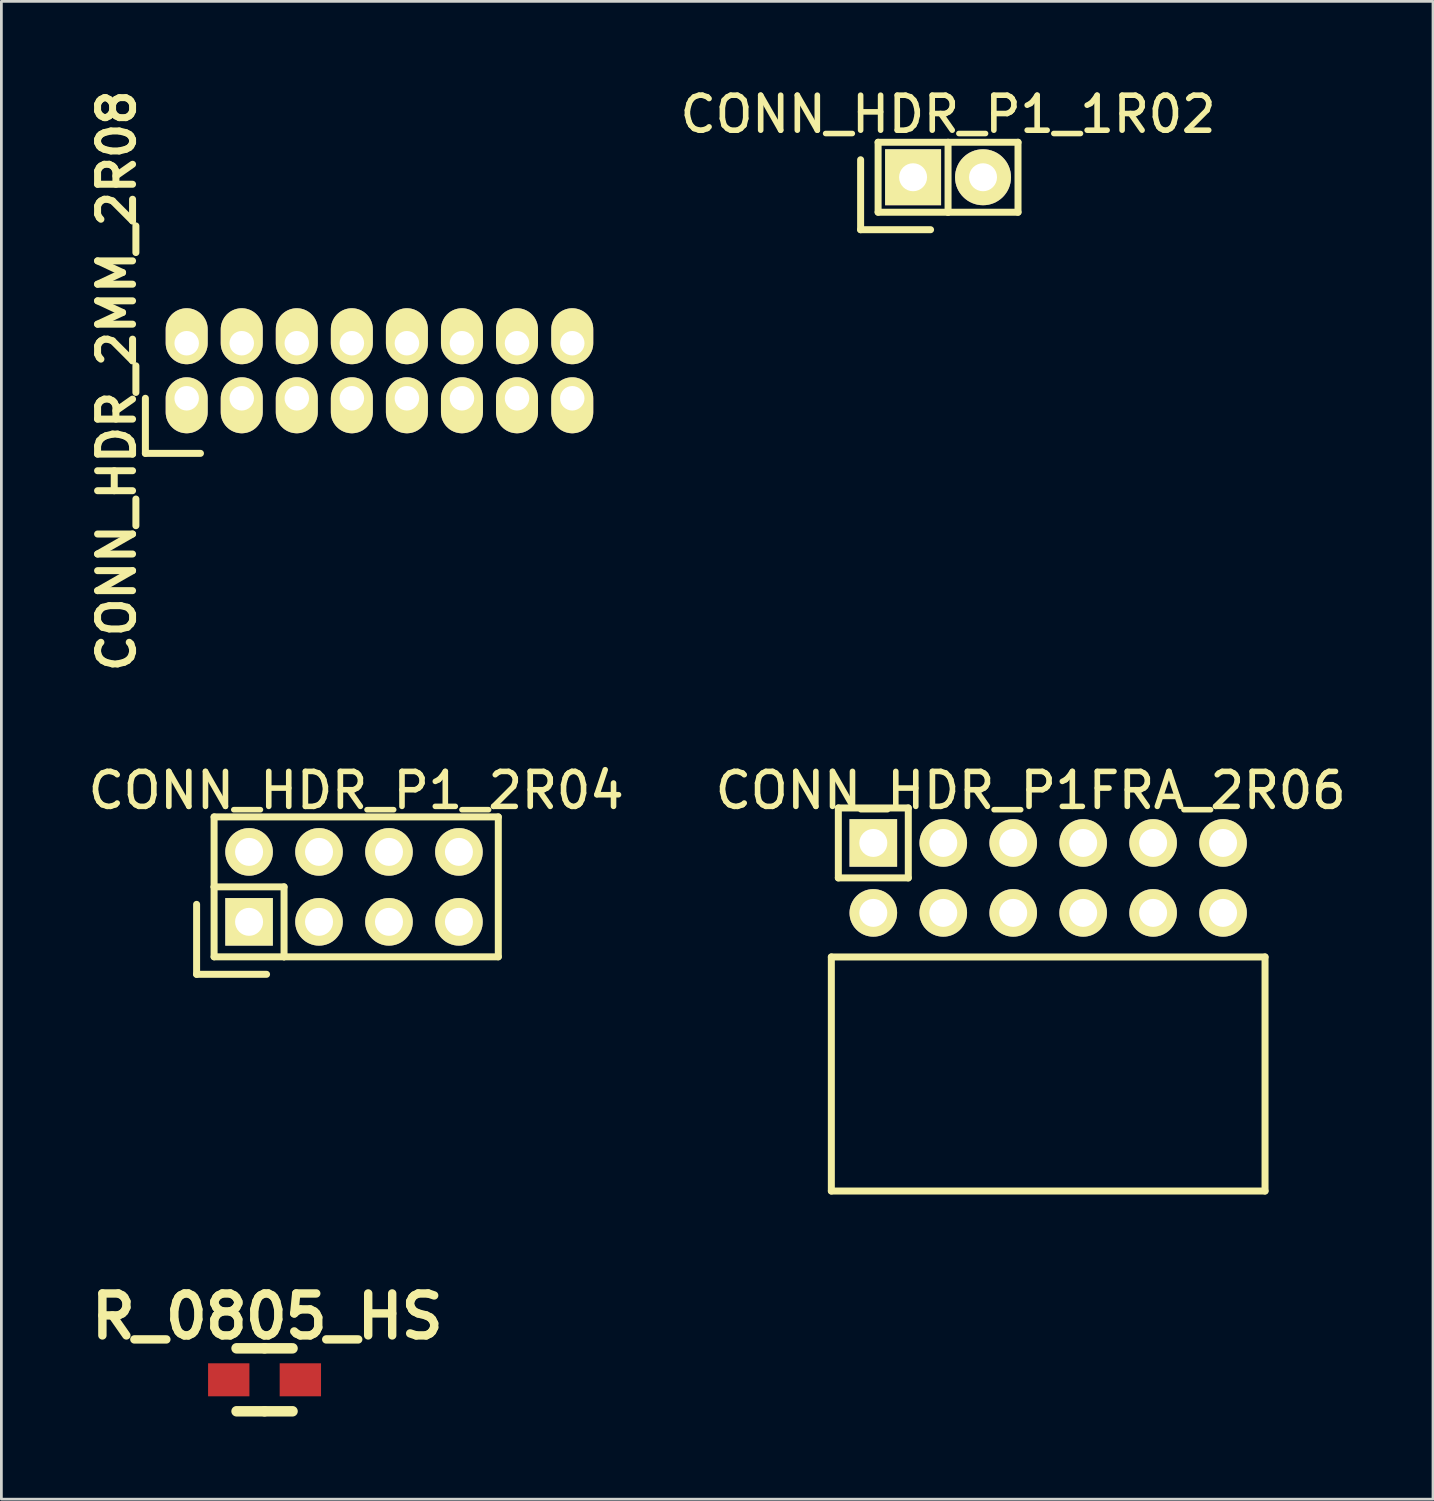
<source format=kicad_pcb>
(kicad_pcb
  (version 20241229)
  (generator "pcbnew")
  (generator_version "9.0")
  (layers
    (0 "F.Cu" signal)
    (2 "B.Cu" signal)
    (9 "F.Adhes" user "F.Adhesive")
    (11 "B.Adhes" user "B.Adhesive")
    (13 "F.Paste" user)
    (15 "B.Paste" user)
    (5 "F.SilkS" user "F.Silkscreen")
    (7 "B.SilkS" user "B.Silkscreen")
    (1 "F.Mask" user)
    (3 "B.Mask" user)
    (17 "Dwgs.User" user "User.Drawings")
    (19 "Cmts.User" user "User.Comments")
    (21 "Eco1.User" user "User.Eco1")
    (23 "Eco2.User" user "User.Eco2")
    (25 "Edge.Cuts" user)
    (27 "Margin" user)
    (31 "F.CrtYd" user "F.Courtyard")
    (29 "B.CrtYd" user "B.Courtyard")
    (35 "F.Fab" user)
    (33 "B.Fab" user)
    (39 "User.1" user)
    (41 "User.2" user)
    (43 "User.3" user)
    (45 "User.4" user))
  (footprint "R_0805_HS"
    (layer "F.Cu")
    (at 6.556 47.052)
    (property "Reference" "R_0805_HS" (at 0.099 -2.301 0) (layer "F.SilkS") (effects (font (size 1.524 1.524) (thickness 0.305))))
    (attr smd)
    (fp_line (start 0 -1.143) (end -1.016 -1.143) (stroke (width 0.381) (type solid)) (layer "F.SilkS"))
    (fp_line (start 0 -1.143) (end 1.016 -1.143) (stroke (width 0.381) (type solid)) (layer "F.SilkS"))
    (fp_line (start 0 1.143) (end -1.016 1.143) (stroke (width 0.381) (type solid)) (layer "F.SilkS"))
    (fp_line (start 0 1.143) (end 1.016 1.143) (stroke (width 0.381) (type solid)) (layer "F.SilkS"))
    (pad "1" smd rect (at -1.3 0) (size 1.501 1.199) (layers "F.Cu" "F.Mask" "F.Paste"))
    (pad "2" smd rect (at 1.3 0) (size 1.501 1.199) (layers "F.Cu" "F.Mask" "F.Paste")))
  (footprint "CONN_HDR_P1_1R02"
    (layer "F.Cu")
    (at 31.375 3.386)
    (property "Reference" "CONN_HDR_P1_1R02" (at 0 -2.286 0) (layer "F.SilkS") (effects (font (size 1.27 1.27) (thickness 0.203))))
    (attr through_hole)
    (fp_line (start -3.175 -0.635) (end -3.175 1.905) (stroke (width 0.254) (type solid)) (layer "F.SilkS"))
    (fp_line (start -3.175 1.905) (end -0.635 1.905) (stroke (width 0.254) (type solid)) (layer "F.SilkS"))
    (fp_line (start -2.54 -1.27) (end -2.54 1.27) (stroke (width 0.254) (type solid)) (layer "F.SilkS"))
    (fp_line (start -2.54 1.27) (end 0 1.27) (stroke (width 0.254) (type solid)) (layer "F.SilkS"))
    (fp_line (start 0 -1.27) (end 0 1.27) (stroke (width 0.254) (type solid)) (layer "F.SilkS"))
    (fp_line (start 0 1.27) (end 2.54 1.27) (stroke (width 0.254) (type solid)) (layer "F.SilkS"))
    (fp_line (start 2.54 -1.27) (end -2.54 -1.27) (stroke (width 0.254) (type solid)) (layer "F.SilkS"))
    (fp_line (start 2.54 1.27) (end 2.54 -1.27) (stroke (width 0.254) (type solid)) (layer "F.SilkS"))
    (pad "1" thru_hole rect (at -1.27 0) (size 2.032 2.032) (drill 1.016) (layers "*.Cu" "*.Mask" "F.SilkS"))
    (pad "2" thru_hole oval (at 1.27 0) (size 2.032 2.032) (drill 1.016) (layers "*.Cu" "*.Mask" "F.SilkS")))
  (footprint "CONN_HDR_2MM_2R08"
    (layer "F.Cu")
    (at 3.729 11.412)
    (property "Reference" "CONN_HDR_2MM_2R08" (at -2.54 -0.635 90) (layer "F.SilkS") (effects (font (size 1.27 1.27) (thickness 0.254))))
    (attr through_hole)
    (fp_line (start -1.5 0) (end -1.5 2) (stroke (width 0.254) (type solid)) (layer "F.SilkS"))
    (fp_line (start -1.5 2) (end 0.5 2) (stroke (width 0.254) (type solid)) (layer "F.SilkS"))
    (pad "1" thru_hole oval (at 0 0) (size 1.524 2.032) (drill 0.889 (offset 0 0.254)) (layers "*.Cu" "*.Mask" "F.SilkS"))
    (pad "2" thru_hole oval (at 0 -1.999 180) (size 1.524 2.032) (drill 0.889 (offset 0 0.254)) (layers "*.Cu" "*.Mask" "F.SilkS"))
    (pad "3" thru_hole oval (at 1.999 0) (size 1.524 2.032) (drill 0.889 (offset 0 0.254)) (layers "*.Cu" "*.Mask" "F.SilkS"))
    (pad "4" thru_hole oval (at 1.999 -1.999 180) (size 1.524 2.032) (drill 0.889 (offset 0 0.254)) (layers "*.Cu" "*.Mask" "F.SilkS"))
    (pad "5" thru_hole oval (at 3.998 0) (size 1.524 2.032) (drill 0.889 (offset 0 0.254)) (layers "*.Cu" "*.Mask" "F.SilkS"))
    (pad "6" thru_hole oval (at 3.998 -1.999 180) (size 1.524 2.032) (drill 0.889 (offset 0 0.254)) (layers "*.Cu" "*.Mask" "F.SilkS"))
    (pad "7" thru_hole oval (at 5.997 0) (size 1.524 2.032) (drill 0.889 (offset 0 0.254)) (layers "*.Cu" "*.Mask" "F.SilkS"))
    (pad "8" thru_hole oval (at 5.997 -1.999 180) (size 1.524 2.032) (drill 0.889 (offset 0 0.254)) (layers "*.Cu" "*.Mask" "F.SilkS"))
    (pad "9" thru_hole oval (at 7.996 0) (size 1.524 2.032) (drill 0.889 (offset 0 0.254)) (layers "*.Cu" "*.Mask" "F.SilkS"))
    (pad "10" thru_hole oval (at 7.996 -1.999 180) (size 1.524 2.032) (drill 0.889 (offset 0 0.254)) (layers "*.Cu" "*.Mask" "F.SilkS"))
    (pad "11" thru_hole oval (at 9.995 0) (size 1.524 2.032) (drill 0.889 (offset 0 0.254)) (layers "*.Cu" "*.Mask" "F.SilkS"))
    (pad "12" thru_hole oval (at 9.995 -1.999 180) (size 1.524 2.032) (drill 0.889 (offset 0 0.254)) (layers "*.Cu" "*.Mask" "F.SilkS"))
    (pad "13" thru_hole oval (at 11.994 0) (size 1.524 2.032) (drill 0.889 (offset 0 0.254)) (layers "*.Cu" "*.Mask" "F.SilkS"))
    (pad "14" thru_hole oval (at 11.994 -1.999 180) (size 1.524 2.032) (drill 0.889 (offset 0 0.254)) (layers "*.Cu" "*.Mask" "F.SilkS"))
    (pad "15" thru_hole oval (at 14 0) (size 1.524 2.032) (drill 0.889 (offset 0 0.254)) (layers "*.Cu" "*.Mask" "F.SilkS"))
    (pad "16" thru_hole oval (at 14 -1.999 180) (size 1.524 2.032) (drill 0.889 (offset 0 0.254)) (layers "*.Cu" "*.Mask" "F.SilkS")))
  (footprint "CONN_HDR_P1_2R04"
    (layer "F.Cu")
    (at 9.884 29.153)
    (property "Reference" "CONN_HDR_P1_2R04" (at 0 -3.5 0) (layer "F.SilkS") (effects (font (size 1.27 1.27) (thickness 0.203))))
    (attr through_hole)
    (fp_line (start -5.795 0.635) (end -5.795 3.175) (stroke (width 0.254) (type solid)) (layer "F.SilkS"))
    (fp_line (start -5.795 3.175) (end -3.255 3.175) (stroke (width 0.254) (type solid)) (layer "F.SilkS"))
    (fp_line (start -5.16 -2.54) (end -5.16 0) (stroke (width 0.254) (type solid)) (layer "F.SilkS"))
    (fp_line (start -5.16 0) (end -2.62 0) (stroke (width 0.254) (type solid)) (layer "F.SilkS"))
    (fp_line (start -5.16 2.54) (end -5.16 0) (stroke (width 0.254) (type solid)) (layer "F.SilkS"))
    (fp_line (start -5.16 2.54) (end -2.62 2.54) (stroke (width 0.254) (type solid)) (layer "F.SilkS"))
    (fp_line (start -2.62 0) (end -2.62 2.54) (stroke (width 0.254) (type solid)) (layer "F.SilkS"))
    (fp_line (start -2.62 2.54) (end 5.16 2.54) (stroke (width 0.254) (type solid)) (layer "F.SilkS"))
    (fp_line (start 5.16 -2.54) (end -5.16 -2.54) (stroke (width 0.254) (type solid)) (layer "F.SilkS"))
    (fp_line (start 5.16 -2.54) (end 5.16 2.54) (stroke (width 0.254) (type solid)) (layer "F.SilkS"))
    (pad "1" thru_hole rect (at -3.89 1.27) (size 1.727 1.727) (drill 1.016) (layers "*.Cu" "*.Mask" "F.SilkS"))
    (pad "2" thru_hole oval (at -3.89 -1.27) (size 1.727 1.727) (drill 1.016) (layers "*.Cu" "*.Mask" "F.SilkS"))
    (pad "3" thru_hole oval (at -1.35 1.27) (size 1.727 1.727) (drill 1.016) (layers "*.Cu" "*.Mask" "F.SilkS"))
    (pad "4" thru_hole oval (at -1.35 -1.27) (size 1.727 1.727) (drill 1.016) (layers "*.Cu" "*.Mask" "F.SilkS"))
    (pad "5" thru_hole oval (at 1.19 1.27) (size 1.727 1.727) (drill 1.016) (layers "*.Cu" "*.Mask" "F.SilkS"))
    (pad "6" thru_hole oval (at 1.19 -1.27) (size 1.727 1.727) (drill 1.016) (layers "*.Cu" "*.Mask" "F.SilkS"))
    (pad "7" thru_hole oval (at 3.73 1.27) (size 1.727 1.727) (drill 1.016) (layers "*.Cu" "*.Mask" "F.SilkS"))
    (pad "8" thru_hole oval (at 3.73 -1.27) (size 1.727 1.727) (drill 1.016) (layers "*.Cu" "*.Mask" "F.SilkS")))
  (footprint "CONN_HDR_P1FRA_2R06"
    (layer "F.Cu")
    (at 35.011 28.828)
    (property "Reference" "CONN_HDR_P1FRA_2R06" (at -0.635 -3.175 0) (layer "F.SilkS") (effects (font (size 1.27 1.27) (thickness 0.203))))
    (attr through_hole)
    (fp_line (start -7.874 2.87) (end -7.874 11.369) (stroke (width 0.254) (type solid)) (layer "F.SilkS"))
    (fp_line (start -7.874 11.369) (end 7.874 11.369) (stroke (width 0.254) (type solid)) (layer "F.SilkS"))
    (fp_line (start -7.62 -2.54) (end -7.62 0) (stroke (width 0.254) (type solid)) (layer "F.SilkS"))
    (fp_line (start -7.62 -2.54) (end -5.08 -2.54) (stroke (width 0.254) (type solid)) (layer "F.SilkS"))
    (fp_line (start -7.62 0) (end -5.08 0) (stroke (width 0.254) (type solid)) (layer "F.SilkS"))
    (fp_line (start -5.08 0) (end -5.08 -2.54) (stroke (width 0.254) (type solid)) (layer "F.SilkS"))
    (fp_line (start 7.874 2.87) (end -7.874 2.87) (stroke (width 0.254) (type solid)) (layer "F.SilkS"))
    (fp_line (start 7.874 2.87) (end 7.874 11.369) (stroke (width 0.254) (type solid)) (layer "F.SilkS"))
    (pad "1" thru_hole rect (at -6.35 -1.27) (size 1.727 1.727) (drill 1.016) (layers "*.Cu" "*.Mask" "F.SilkS"))
    (pad "2" thru_hole oval (at -6.35 1.27) (size 1.727 1.727) (drill 1.016) (layers "*.Cu" "*.Mask" "F.SilkS"))
    (pad "3" thru_hole oval (at -3.81 -1.27) (size 1.727 1.727) (drill 1.016) (layers "*.Cu" "*.Mask" "F.SilkS"))
    (pad "4" thru_hole oval (at -3.81 1.27) (size 1.727 1.727) (drill 1.016) (layers "*.Cu" "*.Mask" "F.SilkS"))
    (pad "5" thru_hole oval (at -1.27 -1.27) (size 1.727 1.727) (drill 1.016) (layers "*.Cu" "*.Mask" "F.SilkS"))
    (pad "6" thru_hole oval (at -1.27 1.27) (size 1.727 1.727) (drill 1.016) (layers "*.Cu" "*.Mask" "F.SilkS"))
    (pad "7" thru_hole oval (at 1.27 -1.27) (size 1.727 1.727) (drill 1.016) (layers "*.Cu" "*.Mask" "F.SilkS"))
    (pad "8" thru_hole oval (at 1.27 1.27) (size 1.727 1.727) (drill 1.016) (layers "*.Cu" "*.Mask" "F.SilkS"))
    (pad "9" thru_hole oval (at 3.81 -1.27) (size 1.727 1.727) (drill 1.016) (layers "*.Cu" "*.Mask" "F.SilkS"))
    (pad "10" thru_hole oval (at 3.81 1.27) (size 1.727 1.727) (drill 1.016) (layers "*.Cu" "*.Mask" "F.SilkS"))
    (pad "11" thru_hole oval (at 6.35 -1.27) (size 1.727 1.727) (drill 1.016) (layers "*.Cu" "*.Mask" "F.SilkS"))
    (pad "12" thru_hole oval (at 6.35 1.27) (size 1.727 1.727) (drill 1.016) (layers "*.Cu" "*.Mask" "F.SilkS")))
  (gr_rect
    (start -3 -3)
    (end 48.984 51.386)
    (stroke (width 0.1) (type default))
    (fill no)
    (layer "Edge.Cuts")))
</source>
